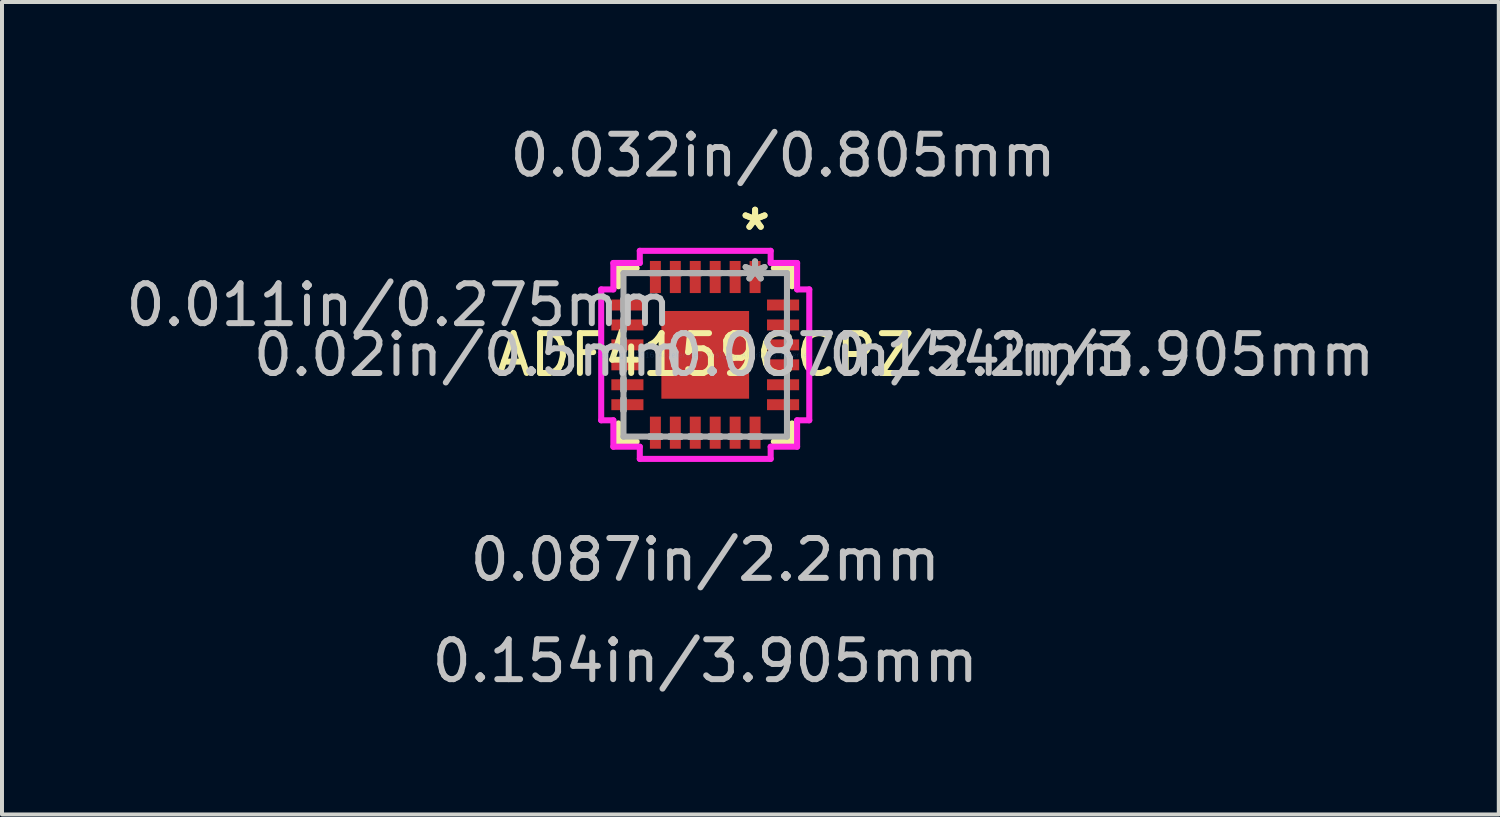
<source format=kicad_pcb>
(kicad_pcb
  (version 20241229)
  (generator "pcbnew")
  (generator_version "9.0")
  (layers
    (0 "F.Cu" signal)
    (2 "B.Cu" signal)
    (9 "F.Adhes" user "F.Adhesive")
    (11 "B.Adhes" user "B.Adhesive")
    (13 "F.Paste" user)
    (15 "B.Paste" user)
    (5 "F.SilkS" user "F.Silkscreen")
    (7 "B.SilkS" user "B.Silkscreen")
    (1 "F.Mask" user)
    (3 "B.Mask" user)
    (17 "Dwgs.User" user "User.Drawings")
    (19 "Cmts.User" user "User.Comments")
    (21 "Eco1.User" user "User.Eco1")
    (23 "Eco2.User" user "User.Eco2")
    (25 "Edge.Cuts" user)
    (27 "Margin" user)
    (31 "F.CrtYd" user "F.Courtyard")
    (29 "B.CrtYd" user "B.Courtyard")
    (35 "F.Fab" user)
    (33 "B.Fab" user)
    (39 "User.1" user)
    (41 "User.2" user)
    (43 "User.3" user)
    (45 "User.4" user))
  (footprint "ADF4159CCPZ"
    (layer "F.Cu")
    (at 14.636 5.849)
    (property "Reference" "ADF4159CCPZ" (at 0 0 0) (layer "F.SilkS") (effects (font (size 1 1) (thickness 0.15))))
    (attr through_hole)
    (fp_line (start -2.177 -2.177) (end -2.177 -1.72) (stroke (width 0.152) (type solid)) (layer "F.SilkS"))
    (fp_line (start -2.177 1.72) (end -2.177 2.177) (stroke (width 0.152) (type solid)) (layer "F.SilkS"))
    (fp_line (start -2.177 2.177) (end -1.72 2.177) (stroke (width 0.152) (type solid)) (layer "F.SilkS"))
    (fp_line (start -1.72 -2.177) (end -2.177 -2.177) (stroke (width 0.152) (type solid)) (layer "F.SilkS"))
    (fp_line (start 1.72 2.177) (end 2.177 2.177) (stroke (width 0.152) (type solid)) (layer "F.SilkS"))
    (fp_line (start 2.177 -2.177) (end 1.72 -2.177) (stroke (width 0.152) (type solid)) (layer "F.SilkS"))
    (fp_line (start 2.177 -1.72) (end 2.177 -2.177) (stroke (width 0.152) (type solid)) (layer "F.SilkS"))
    (fp_line (start 2.177 2.177) (end 2.177 1.72) (stroke (width 0.152) (type solid)) (layer "F.SilkS"))
    (fp_line (start -2.609 -1.641) (end -2.304 -1.641) (stroke (width 0.152) (type solid)) (layer "F.CrtYd"))
    (fp_line (start -2.609 1.641) (end -2.609 -1.641) (stroke (width 0.152) (type solid)) (layer "F.CrtYd"))
    (fp_line (start -2.304 -2.304) (end -1.641 -2.304) (stroke (width 0.152) (type solid)) (layer "F.CrtYd"))
    (fp_line (start -2.304 -1.641) (end -2.304 -2.304) (stroke (width 0.152) (type solid)) (layer "F.CrtYd"))
    (fp_line (start -2.304 1.641) (end -2.609 1.641) (stroke (width 0.152) (type solid)) (layer "F.CrtYd"))
    (fp_line (start -2.304 2.304) (end -2.304 1.641) (stroke (width 0.152) (type solid)) (layer "F.CrtYd"))
    (fp_line (start -1.641 -2.609) (end 1.641 -2.609) (stroke (width 0.152) (type solid)) (layer "F.CrtYd"))
    (fp_line (start -1.641 -2.304) (end -1.641 -2.609) (stroke (width 0.152) (type solid)) (layer "F.CrtYd"))
    (fp_line (start -1.641 2.304) (end -2.304 2.304) (stroke (width 0.152) (type solid)) (layer "F.CrtYd"))
    (fp_line (start -1.641 2.609) (end -1.641 2.304) (stroke (width 0.152) (type solid)) (layer "F.CrtYd"))
    (fp_line (start 1.641 -2.609) (end 1.641 -2.304) (stroke (width 0.152) (type solid)) (layer "F.CrtYd"))
    (fp_line (start 1.641 -2.304) (end 2.304 -2.304) (stroke (width 0.152) (type solid)) (layer "F.CrtYd"))
    (fp_line (start 1.641 2.304) (end 1.641 2.609) (stroke (width 0.152) (type solid)) (layer "F.CrtYd"))
    (fp_line (start 1.641 2.609) (end -1.641 2.609) (stroke (width 0.152) (type solid)) (layer "F.CrtYd"))
    (fp_line (start 2.304 -2.304) (end 2.304 -1.641) (stroke (width 0.152) (type solid)) (layer "F.CrtYd"))
    (fp_line (start 2.304 -1.641) (end 2.609 -1.641) (stroke (width 0.152) (type solid)) (layer "F.CrtYd"))
    (fp_line (start 2.304 1.641) (end 2.304 2.304) (stroke (width 0.152) (type solid)) (layer "F.CrtYd"))
    (fp_line (start 2.304 2.304) (end 1.641 2.304) (stroke (width 0.152) (type solid)) (layer "F.CrtYd"))
    (fp_line (start 2.609 -1.641) (end 2.609 1.641) (stroke (width 0.152) (type solid)) (layer "F.CrtYd"))
    (fp_line (start 2.609 1.641) (end 2.304 1.641) (stroke (width 0.152) (type solid)) (layer "F.CrtYd"))
    (fp_line (start -2.05 -2.05) (end -2.05 2.05) (stroke (width 0.152) (type solid)) (layer "F.Fab"))
    (fp_line (start -2.05 -1.4) (end -2.05 -1.4) (stroke (width 0.152) (type solid)) (layer "F.Fab"))
    (fp_line (start -2.05 -1.4) (end -2.05 -1.1) (stroke (width 0.152) (type solid)) (layer "F.Fab"))
    (fp_line (start -2.05 -1.1) (end -2.05 -1.4) (stroke (width 0.152) (type solid)) (layer "F.Fab"))
    (fp_line (start -2.05 -1.1) (end -2.05 -1.1) (stroke (width 0.152) (type solid)) (layer "F.Fab"))
    (fp_line (start -2.05 -0.9) (end -2.05 -0.9) (stroke (width 0.152) (type solid)) (layer "F.Fab"))
    (fp_line (start -2.05 -0.9) (end -2.05 -0.6) (stroke (width 0.152) (type solid)) (layer "F.Fab"))
    (fp_line (start -2.05 -0.6) (end -2.05 -0.9) (stroke (width 0.152) (type solid)) (layer "F.Fab"))
    (fp_line (start -2.05 -0.6) (end -2.05 -0.6) (stroke (width 0.152) (type solid)) (layer "F.Fab"))
    (fp_line (start -2.05 -0.4) (end -2.05 -0.4) (stroke (width 0.152) (type solid)) (layer "F.Fab"))
    (fp_line (start -2.05 -0.4) (end -2.05 -0.1) (stroke (width 0.152) (type solid)) (layer "F.Fab"))
    (fp_line (start -2.05 -0.1) (end -2.05 -0.4) (stroke (width 0.152) (type solid)) (layer "F.Fab"))
    (fp_line (start -2.05 -0.1) (end -2.05 -0.1) (stroke (width 0.152) (type solid)) (layer "F.Fab"))
    (fp_line (start -2.05 0.1) (end -2.05 0.1) (stroke (width 0.152) (type solid)) (layer "F.Fab"))
    (fp_line (start -2.05 0.1) (end -2.05 0.4) (stroke (width 0.152) (type solid)) (layer "F.Fab"))
    (fp_line (start -2.05 0.4) (end -2.05 0.1) (stroke (width 0.152) (type solid)) (layer "F.Fab"))
    (fp_line (start -2.05 0.4) (end -2.05 0.4) (stroke (width 0.152) (type solid)) (layer "F.Fab"))
    (fp_line (start -2.05 0.6) (end -2.05 0.6) (stroke (width 0.152) (type solid)) (layer "F.Fab"))
    (fp_line (start -2.05 0.6) (end -2.05 0.9) (stroke (width 0.152) (type solid)) (layer "F.Fab"))
    (fp_line (start -2.05 0.9) (end -2.05 0.6) (stroke (width 0.152) (type solid)) (layer "F.Fab"))
    (fp_line (start -2.05 0.9) (end -2.05 0.9) (stroke (width 0.152) (type solid)) (layer "F.Fab"))
    (fp_line (start -2.05 1.1) (end -2.05 1.1) (stroke (width 0.152) (type solid)) (layer "F.Fab"))
    (fp_line (start -2.05 1.1) (end -2.05 1.4) (stroke (width 0.152) (type solid)) (layer "F.Fab"))
    (fp_line (start -2.05 1.4) (end -2.05 1.1) (stroke (width 0.152) (type solid)) (layer "F.Fab"))
    (fp_line (start -2.05 1.4) (end -2.05 1.4) (stroke (width 0.152) (type solid)) (layer "F.Fab"))
    (fp_line (start -2.05 2.05) (end 2.05 2.05) (stroke (width 0.152) (type solid)) (layer "F.Fab"))
    (fp_line (start -1.4 -2.05) (end -1.4 -2.05) (stroke (width 0.152) (type solid)) (layer "F.Fab"))
    (fp_line (start -1.4 -2.05) (end -1.1 -2.05) (stroke (width 0.152) (type solid)) (layer "F.Fab"))
    (fp_line (start -1.4 2.05) (end -1.4 2.05) (stroke (width 0.152) (type solid)) (layer "F.Fab"))
    (fp_line (start -1.4 2.05) (end -1.1 2.05) (stroke (width 0.152) (type solid)) (layer "F.Fab"))
    (fp_line (start -1.1 -2.05) (end -1.4 -2.05) (stroke (width 0.152) (type solid)) (layer "F.Fab"))
    (fp_line (start -1.1 -2.05) (end -1.1 -2.05) (stroke (width 0.152) (type solid)) (layer "F.Fab"))
    (fp_line (start -1.1 2.05) (end -1.4 2.05) (stroke (width 0.152) (type solid)) (layer "F.Fab"))
    (fp_line (start -1.1 2.05) (end -1.1 2.05) (stroke (width 0.152) (type solid)) (layer "F.Fab"))
    (fp_line (start -0.9 -2.05) (end -0.9 -2.05) (stroke (width 0.152) (type solid)) (layer "F.Fab"))
    (fp_line (start -0.9 -2.05) (end -0.6 -2.05) (stroke (width 0.152) (type solid)) (layer "F.Fab"))
    (fp_line (start -0.9 2.05) (end -0.9 2.05) (stroke (width 0.152) (type solid)) (layer "F.Fab"))
    (fp_line (start -0.9 2.05) (end -0.6 2.05) (stroke (width 0.152) (type solid)) (layer "F.Fab"))
    (fp_line (start -0.6 -2.05) (end -0.9 -2.05) (stroke (width 0.152) (type solid)) (layer "F.Fab"))
    (fp_line (start -0.6 -2.05) (end -0.6 -2.05) (stroke (width 0.152) (type solid)) (layer "F.Fab"))
    (fp_line (start -0.6 2.05) (end -0.9 2.05) (stroke (width 0.152) (type solid)) (layer "F.Fab"))
    (fp_line (start -0.6 2.05) (end -0.6 2.05) (stroke (width 0.152) (type solid)) (layer "F.Fab"))
    (fp_line (start -0.4 -2.05) (end -0.4 -2.05) (stroke (width 0.152) (type solid)) (layer "F.Fab"))
    (fp_line (start -0.4 -2.05) (end -0.1 -2.05) (stroke (width 0.152) (type solid)) (layer "F.Fab"))
    (fp_line (start -0.4 2.05) (end -0.4 2.05) (stroke (width 0.152) (type solid)) (layer "F.Fab"))
    (fp_line (start -0.4 2.05) (end -0.1 2.05) (stroke (width 0.152) (type solid)) (layer "F.Fab"))
    (fp_line (start -0.1 -2.05) (end -0.4 -2.05) (stroke (width 0.152) (type solid)) (layer "F.Fab"))
    (fp_line (start -0.1 -2.05) (end -0.1 -2.05) (stroke (width 0.152) (type solid)) (layer "F.Fab"))
    (fp_line (start -0.1 2.05) (end -0.4 2.05) (stroke (width 0.152) (type solid)) (layer "F.Fab"))
    (fp_line (start -0.1 2.05) (end -0.1 2.05) (stroke (width 0.152) (type solid)) (layer "F.Fab"))
    (fp_line (start 0.1 -2.05) (end 0.1 -2.05) (stroke (width 0.152) (type solid)) (layer "F.Fab"))
    (fp_line (start 0.1 -2.05) (end 0.4 -2.05) (stroke (width 0.152) (type solid)) (layer "F.Fab"))
    (fp_line (start 0.1 2.05) (end 0.1 2.05) (stroke (width 0.152) (type solid)) (layer "F.Fab"))
    (fp_line (start 0.1 2.05) (end 0.4 2.05) (stroke (width 0.152) (type solid)) (layer "F.Fab"))
    (fp_line (start 0.4 -2.05) (end 0.1 -2.05) (stroke (width 0.152) (type solid)) (layer "F.Fab"))
    (fp_line (start 0.4 -2.05) (end 0.4 -2.05) (stroke (width 0.152) (type solid)) (layer "F.Fab"))
    (fp_line (start 0.4 2.05) (end 0.1 2.05) (stroke (width 0.152) (type solid)) (layer "F.Fab"))
    (fp_line (start 0.4 2.05) (end 0.4 2.05) (stroke (width 0.152) (type solid)) (layer "F.Fab"))
    (fp_line (start 0.6 -2.05) (end 0.6 -2.05) (stroke (width 0.152) (type solid)) (layer "F.Fab"))
    (fp_line (start 0.6 -2.05) (end 0.9 -2.05) (stroke (width 0.152) (type solid)) (layer "F.Fab"))
    (fp_line (start 0.6 2.05) (end 0.6 2.05) (stroke (width 0.152) (type solid)) (layer "F.Fab"))
    (fp_line (start 0.6 2.05) (end 0.9 2.05) (stroke (width 0.152) (type solid)) (layer "F.Fab"))
    (fp_line (start 0.9 -2.05) (end 0.6 -2.05) (stroke (width 0.152) (type solid)) (layer "F.Fab"))
    (fp_line (start 0.9 -2.05) (end 0.9 -2.05) (stroke (width 0.152) (type solid)) (layer "F.Fab"))
    (fp_line (start 0.9 2.05) (end 0.6 2.05) (stroke (width 0.152) (type solid)) (layer "F.Fab"))
    (fp_line (start 0.9 2.05) (end 0.9 2.05) (stroke (width 0.152) (type solid)) (layer "F.Fab"))
    (fp_line (start 1.1 -2.05) (end 1.1 -2.05) (stroke (width 0.152) (type solid)) (layer "F.Fab"))
    (fp_line (start 1.1 -2.05) (end 1.4 -2.05) (stroke (width 0.152) (type solid)) (layer "F.Fab"))
    (fp_line (start 1.1 2.05) (end 1.1 2.05) (stroke (width 0.152) (type solid)) (layer "F.Fab"))
    (fp_line (start 1.1 2.05) (end 1.4 2.05) (stroke (width 0.152) (type solid)) (layer "F.Fab"))
    (fp_line (start 1.4 -2.05) (end 1.1 -2.05) (stroke (width 0.152) (type solid)) (layer "F.Fab"))
    (fp_line (start 1.4 -2.05) (end 1.4 -2.05) (stroke (width 0.152) (type solid)) (layer "F.Fab"))
    (fp_line (start 1.4 2.05) (end 1.1 2.05) (stroke (width 0.152) (type solid)) (layer "F.Fab"))
    (fp_line (start 1.4 2.05) (end 1.4 2.05) (stroke (width 0.152) (type solid)) (layer "F.Fab"))
    (fp_line (start 2.05 -2.05) (end -2.05 -2.05) (stroke (width 0.152) (type solid)) (layer "F.Fab"))
    (fp_line (start 2.05 -1.4) (end 2.05 -1.4) (stroke (width 0.152) (type solid)) (layer "F.Fab"))
    (fp_line (start 2.05 -1.4) (end 2.05 -1.1) (stroke (width 0.152) (type solid)) (layer "F.Fab"))
    (fp_line (start 2.05 -1.1) (end 2.05 -1.4) (stroke (width 0.152) (type solid)) (layer "F.Fab"))
    (fp_line (start 2.05 -1.1) (end 2.05 -1.1) (stroke (width 0.152) (type solid)) (layer "F.Fab"))
    (fp_line (start 2.05 -0.9) (end 2.05 -0.9) (stroke (width 0.152) (type solid)) (layer "F.Fab"))
    (fp_line (start 2.05 -0.9) (end 2.05 -0.6) (stroke (width 0.152) (type solid)) (layer "F.Fab"))
    (fp_line (start 2.05 -0.6) (end 2.05 -0.9) (stroke (width 0.152) (type solid)) (layer "F.Fab"))
    (fp_line (start 2.05 -0.6) (end 2.05 -0.6) (stroke (width 0.152) (type solid)) (layer "F.Fab"))
    (fp_line (start 2.05 -0.4) (end 2.05 -0.4) (stroke (width 0.152) (type solid)) (layer "F.Fab"))
    (fp_line (start 2.05 -0.4) (end 2.05 -0.1) (stroke (width 0.152) (type solid)) (layer "F.Fab"))
    (fp_line (start 2.05 -0.1) (end 2.05 -0.4) (stroke (width 0.152) (type solid)) (layer "F.Fab"))
    (fp_line (start 2.05 -0.1) (end 2.05 -0.1) (stroke (width 0.152) (type solid)) (layer "F.Fab"))
    (fp_line (start 2.05 0.1) (end 2.05 0.1) (stroke (width 0.152) (type solid)) (layer "F.Fab"))
    (fp_line (start 2.05 0.1) (end 2.05 0.4) (stroke (width 0.152) (type solid)) (layer "F.Fab"))
    (fp_line (start 2.05 0.4) (end 2.05 0.1) (stroke (width 0.152) (type solid)) (layer "F.Fab"))
    (fp_line (start 2.05 0.4) (end 2.05 0.4) (stroke (width 0.152) (type solid)) (layer "F.Fab"))
    (fp_line (start 2.05 0.6) (end 2.05 0.6) (stroke (width 0.152) (type solid)) (layer "F.Fab"))
    (fp_line (start 2.05 0.6) (end 2.05 0.9) (stroke (width 0.152) (type solid)) (layer "F.Fab"))
    (fp_line (start 2.05 0.9) (end 2.05 0.6) (stroke (width 0.152) (type solid)) (layer "F.Fab"))
    (fp_line (start 2.05 0.9) (end 2.05 0.9) (stroke (width 0.152) (type solid)) (layer "F.Fab"))
    (fp_line (start 2.05 1.1) (end 2.05 1.1) (stroke (width 0.152) (type solid)) (layer "F.Fab"))
    (fp_line (start 2.05 1.1) (end 2.05 1.4) (stroke (width 0.152) (type solid)) (layer "F.Fab"))
    (fp_line (start 2.05 1.4) (end 2.05 1.1) (stroke (width 0.152) (type solid)) (layer "F.Fab"))
    (fp_line (start 2.05 1.4) (end 2.05 1.4) (stroke (width 0.152) (type solid)) (layer "F.Fab"))
    (fp_line (start 2.05 2.05) (end 2.05 -2.05) (stroke (width 0.152) (type solid)) (layer "F.Fab"))
    (fp_text user "*" (at 1.25 -3.095 0) (layer "F.SilkS") (effects (font (size 1 1) (thickness 0.15))))
    (fp_text user "*" (at 1.25 -3.095 0) (layer "F.SilkS") (effects (font (size 1 1) (thickness 0.15))))
    (fp_text user "0.02in/0.5mm" (at -5.911 0 0) (layer "Dwgs.User") (effects (font (size 1 1) (thickness 0.15))))
    (fp_text user "0.011in/0.275mm" (at -7.678 -1.25 0) (layer "Dwgs.User") (effects (font (size 1 1) (thickness 0.15))))
    (fp_text user "0.087in/2.2mm" (at 0 5.138 0) (layer "Dwgs.User") (effects (font (size 1 1) (thickness 0.15))))
    (fp_text user "0.154in/3.905mm" (at 0 7.678 0) (layer "Dwgs.User") (effects (font (size 1 1) (thickness 0.15))))
    (fp_text user "0.087in/2.2mm" (at 4.863 0 0) (layer "Dwgs.User") (effects (font (size 1 1) (thickness 0.15))))
    (fp_text user "0.032in/0.805mm" (at 1.952 -5 0) (layer "Dwgs.User") (effects (font (size 1 1) (thickness 0.15))))
    (fp_text user "0.154in/3.905mm" (at 9.943 0 0) (layer "Dwgs.User") (effects (font (size 1 1) (thickness 0.15))))
    (fp_text user "Copyright 2016 Accelerated Designs. All rights reserved." (at 0 0 0) (layer "Cmts.User") (effects (font (size 0.127 0.127) (thickness 0.002))))
    (fp_text user "*" (at 1.25 -1.8 0) (layer "F.Fab") (effects (font (size 1 1) (thickness 0.15))))
    (fp_text user "*" (at 1.25 -1.8 0) (layer "F.Fab") (effects (font (size 1 1) (thickness 0.15))))
    (pad "1" smd rect (at 1.25 -1.952) (size 0.275 0.805) (layers "F.Cu" "F.Mask" "F.Paste"))
    (pad "2" smd rect (at 0.75 -1.952) (size 0.275 0.805) (layers "F.Cu" "F.Mask" "F.Paste"))
    (pad "3" smd rect (at 0.25 -1.952) (size 0.275 0.805) (layers "F.Cu" "F.Mask" "F.Paste"))
    (pad "4" smd rect (at -0.25 -1.952) (size 0.275 0.805) (layers "F.Cu" "F.Mask" "F.Paste"))
    (pad "5" smd rect (at -0.75 -1.952) (size 0.275 0.805) (layers "F.Cu" "F.Mask" "F.Paste"))
    (pad "6" smd rect (at -1.25 -1.952) (size 0.275 0.805) (layers "F.Cu" "F.Mask" "F.Paste"))
    (pad "7" smd rect (at -1.952 -1.25 90) (size 0.275 0.805) (layers "F.Cu" "F.Mask" "F.Paste"))
    (pad "8" smd rect (at -1.952 -0.75 90) (size 0.275 0.805) (layers "F.Cu" "F.Mask" "F.Paste"))
    (pad "9" smd rect (at -1.952 -0.25 90) (size 0.275 0.805) (layers "F.Cu" "F.Mask" "F.Paste"))
    (pad "10" smd rect (at -1.952 0.25 90) (size 0.275 0.805) (layers "F.Cu" "F.Mask" "F.Paste"))
    (pad "11" smd rect (at -1.952 0.75 90) (size 0.275 0.805) (layers "F.Cu" "F.Mask" "F.Paste"))
    (pad "12" smd rect (at -1.952 1.25 90) (size 0.275 0.805) (layers "F.Cu" "F.Mask" "F.Paste"))
    (pad "13" smd rect (at -1.25 1.952) (size 0.275 0.805) (layers "F.Cu" "F.Mask" "F.Paste"))
    (pad "14" smd rect (at -0.75 1.952) (size 0.275 0.805) (layers "F.Cu" "F.Mask" "F.Paste"))
    (pad "15" smd rect (at -0.25 1.952) (size 0.275 0.805) (layers "F.Cu" "F.Mask" "F.Paste"))
    (pad "16" smd rect (at 0.25 1.952) (size 0.275 0.805) (layers "F.Cu" "F.Mask" "F.Paste"))
    (pad "17" smd rect (at 0.75 1.952) (size 0.275 0.805) (layers "F.Cu" "F.Mask" "F.Paste"))
    (pad "18" smd rect (at 1.25 1.952) (size 0.275 0.805) (layers "F.Cu" "F.Mask" "F.Paste"))
    (pad "19" smd rect (at 1.952 1.25 90) (size 0.275 0.805) (layers "F.Cu" "F.Mask" "F.Paste"))
    (pad "20" smd rect (at 1.952 0.75 90) (size 0.275 0.805) (layers "F.Cu" "F.Mask" "F.Paste"))
    (pad "21" smd rect (at 1.952 0.25 90) (size 0.275 0.805) (layers "F.Cu" "F.Mask" "F.Paste"))
    (pad "22" smd rect (at 1.952 -0.25 90) (size 0.275 0.805) (layers "F.Cu" "F.Mask" "F.Paste"))
    (pad "23" smd rect (at 1.952 -0.75 90) (size 0.275 0.805) (layers "F.Cu" "F.Mask" "F.Paste"))
    (pad "24" smd rect (at 1.952 -1.25 90) (size 0.275 0.805) (layers "F.Cu" "F.Mask" "F.Paste"))
    (pad "HTAB" smd rect (at 0 0) (size 2.2 2.2) (layers "F.Cu" "F.Mask" "F.Paste")))
  (gr_rect
    (start -3 -3)
    (end 34.537 17.375)
    (stroke (width 0.1) (type default))
    (fill no)
    (layer "Edge.Cuts")))
</source>
